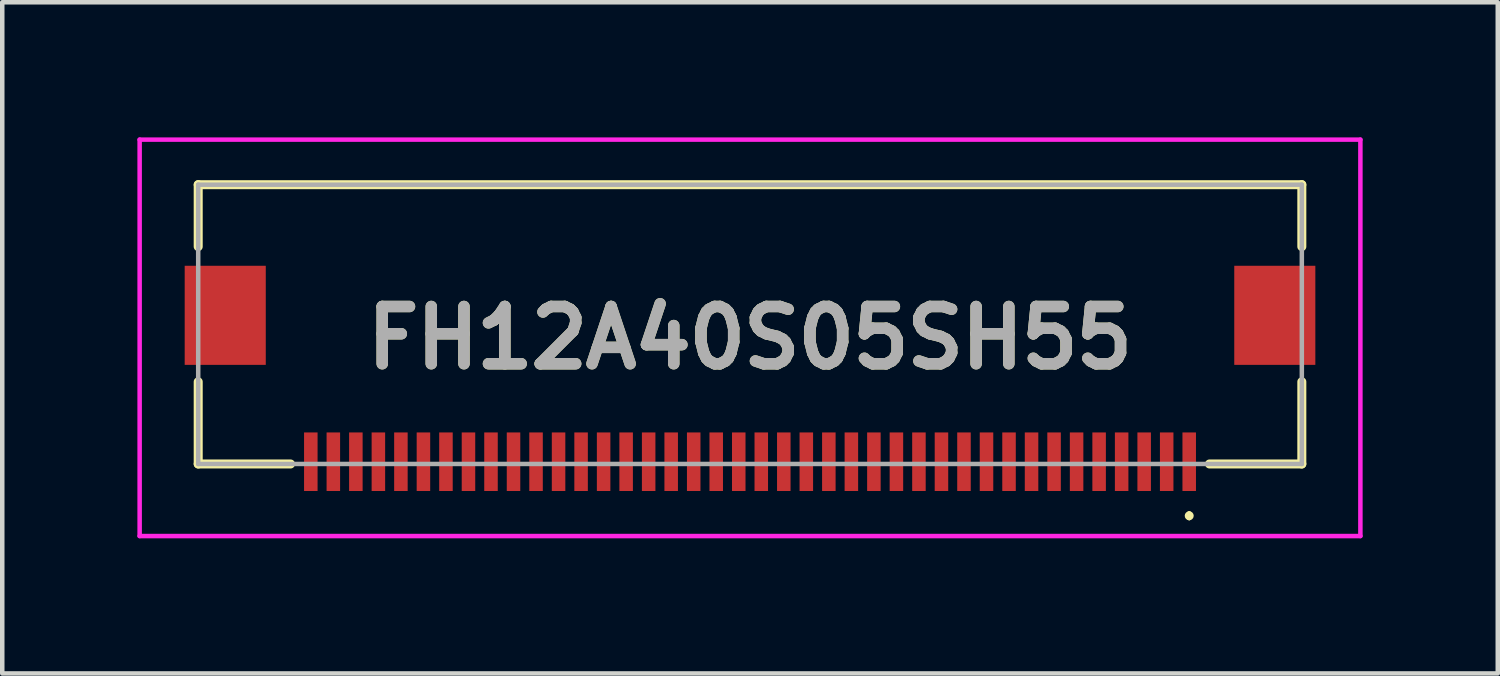
<source format=kicad_pcb>
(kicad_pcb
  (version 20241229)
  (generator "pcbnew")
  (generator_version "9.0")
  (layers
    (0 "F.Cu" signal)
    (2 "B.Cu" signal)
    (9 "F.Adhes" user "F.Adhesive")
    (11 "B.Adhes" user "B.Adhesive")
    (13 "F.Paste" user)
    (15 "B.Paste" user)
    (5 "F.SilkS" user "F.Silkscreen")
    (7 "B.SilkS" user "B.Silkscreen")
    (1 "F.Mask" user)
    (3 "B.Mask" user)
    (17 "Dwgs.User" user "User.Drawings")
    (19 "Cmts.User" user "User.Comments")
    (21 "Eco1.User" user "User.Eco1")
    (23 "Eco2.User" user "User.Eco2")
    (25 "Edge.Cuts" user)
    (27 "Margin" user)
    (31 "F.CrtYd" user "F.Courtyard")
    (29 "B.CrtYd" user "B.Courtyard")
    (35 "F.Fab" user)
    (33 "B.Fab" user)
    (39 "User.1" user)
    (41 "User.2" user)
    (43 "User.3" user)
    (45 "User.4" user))
  (footprint "FH12A40S05SH55"
    (layer "F.Cu")
    (at 13.6 4.15)
    (property "Reference" "FH12A40S05SH55" (at 0 0.3 0) (layer "F.SilkS") (effects (font (size 1.27 1.27) (thickness 0.254))))
    (attr smd)
    (fp_line (start -12.25 -3.1) (end -12.25 -1.725) (stroke (width 0.2) (type solid)) (layer "F.SilkS"))
    (fp_line (start -12.25 1.275) (end -12.25 3.1) (stroke (width 0.2) (type solid)) (layer "F.SilkS"))
    (fp_line (start -12.25 3.1) (end -10.2 3.1) (stroke (width 0.2) (type solid)) (layer "F.SilkS"))
    (fp_line (start 9.75 4.2) (end 9.75 4.2) (stroke (width 0.1) (type solid)) (layer "F.SilkS"))
    (fp_line (start 9.75 4.3) (end 9.75 4.3) (stroke (width 0.1) (type solid)) (layer "F.SilkS"))
    (fp_line (start 10.2 3.1) (end 12.25 3.1) (stroke (width 0.2) (type solid)) (layer "F.SilkS"))
    (fp_line (start 12.25 -3.1) (end -12.25 -3.1) (stroke (width 0.2) (type solid)) (layer "F.SilkS"))
    (fp_line (start 12.25 -1.725) (end 12.25 -3.1) (stroke (width 0.2) (type solid)) (layer "F.SilkS"))
    (fp_line (start 12.25 3.1) (end 12.25 1.275) (stroke (width 0.2) (type solid)) (layer "F.SilkS"))
    (fp_arc (start 9.75 4.2) (mid 9.8 4.25) (end 9.75 4.3) (stroke (width 0.1) (type solid)) (layer "F.SilkS"))
    (fp_arc (start 9.75 4.3) (mid 9.7 4.25) (end 9.75 4.2) (stroke (width 0.1) (type solid)) (layer "F.SilkS"))
    (fp_line (start -13.55 -4.1) (end 13.55 -4.1) (stroke (width 0.1) (type solid)) (layer "F.CrtYd"))
    (fp_line (start -13.55 4.7) (end -13.55 -4.1) (stroke (width 0.1) (type solid)) (layer "F.CrtYd"))
    (fp_line (start 13.55 -4.1) (end 13.55 4.7) (stroke (width 0.1) (type solid)) (layer "F.CrtYd"))
    (fp_line (start 13.55 4.7) (end -13.55 4.7) (stroke (width 0.1) (type solid)) (layer "F.CrtYd"))
    (fp_line (start -12.25 -3.1) (end 12.25 -3.1) (stroke (width 0.1) (type solid)) (layer "F.Fab"))
    (fp_line (start -12.25 3.1) (end -12.25 -3.1) (stroke (width 0.1) (type solid)) (layer "F.Fab"))
    (fp_line (start 12.25 -3.1) (end 12.25 3.1) (stroke (width 0.1) (type solid)) (layer "F.Fab"))
    (fp_line (start 12.25 3.1) (end -12.25 3.1) (stroke (width 0.1) (type solid)) (layer "F.Fab"))
    (fp_text user "${REFERENCE}" (at 0 0.3 0) (layer "F.Fab") (effects (font (size 1.27 1.27) (thickness 0.254))))
    (pad "1" smd rect (at 9.75 3.05) (size 0.3 1.3) (layers "F.Cu" "F.Mask" "F.Paste"))
    (pad "2" smd rect (at 9.25 3.05) (size 0.3 1.3) (layers "F.Cu" "F.Mask" "F.Paste"))
    (pad "3" smd rect (at 8.75 3.05) (size 0.3 1.3) (layers "F.Cu" "F.Mask" "F.Paste"))
    (pad "4" smd rect (at 8.25 3.05) (size 0.3 1.3) (layers "F.Cu" "F.Mask" "F.Paste"))
    (pad "5" smd rect (at 7.75 3.05) (size 0.3 1.3) (layers "F.Cu" "F.Mask" "F.Paste"))
    (pad "6" smd rect (at 7.25 3.05) (size 0.3 1.3) (layers "F.Cu" "F.Mask" "F.Paste"))
    (pad "7" smd rect (at 6.75 3.05) (size 0.3 1.3) (layers "F.Cu" "F.Mask" "F.Paste"))
    (pad "8" smd rect (at 6.25 3.05) (size 0.3 1.3) (layers "F.Cu" "F.Mask" "F.Paste"))
    (pad "9" smd rect (at 5.75 3.05) (size 0.3 1.3) (layers "F.Cu" "F.Mask" "F.Paste"))
    (pad "10" smd rect (at 5.25 3.05) (size 0.3 1.3) (layers "F.Cu" "F.Mask" "F.Paste"))
    (pad "11" smd rect (at 4.75 3.05) (size 0.3 1.3) (layers "F.Cu" "F.Mask" "F.Paste"))
    (pad "12" smd rect (at 4.25 3.05) (size 0.3 1.3) (layers "F.Cu" "F.Mask" "F.Paste"))
    (pad "13" smd rect (at 3.75 3.05) (size 0.3 1.3) (layers "F.Cu" "F.Mask" "F.Paste"))
    (pad "14" smd rect (at 3.25 3.05) (size 0.3 1.3) (layers "F.Cu" "F.Mask" "F.Paste"))
    (pad "15" smd rect (at 2.75 3.05) (size 0.3 1.3) (layers "F.Cu" "F.Mask" "F.Paste"))
    (pad "16" smd rect (at 2.25 3.05) (size 0.3 1.3) (layers "F.Cu" "F.Mask" "F.Paste"))
    (pad "17" smd rect (at 1.75 3.05) (size 0.3 1.3) (layers "F.Cu" "F.Mask" "F.Paste"))
    (pad "18" smd rect (at 1.25 3.05) (size 0.3 1.3) (layers "F.Cu" "F.Mask" "F.Paste"))
    (pad "19" smd rect (at 0.75 3.05) (size 0.3 1.3) (layers "F.Cu" "F.Mask" "F.Paste"))
    (pad "20" smd rect (at 0.25 3.05) (size 0.3 1.3) (layers "F.Cu" "F.Mask" "F.Paste"))
    (pad "21" smd rect (at -0.25 3.05) (size 0.3 1.3) (layers "F.Cu" "F.Mask" "F.Paste"))
    (pad "22" smd rect (at -0.75 3.05) (size 0.3 1.3) (layers "F.Cu" "F.Mask" "F.Paste"))
    (pad "23" smd rect (at -1.25 3.05) (size 0.3 1.3) (layers "F.Cu" "F.Mask" "F.Paste"))
    (pad "24" smd rect (at -1.75 3.05) (size 0.3 1.3) (layers "F.Cu" "F.Mask" "F.Paste"))
    (pad "25" smd rect (at -2.25 3.05) (size 0.3 1.3) (layers "F.Cu" "F.Mask" "F.Paste"))
    (pad "26" smd rect (at -2.75 3.05) (size 0.3 1.3) (layers "F.Cu" "F.Mask" "F.Paste"))
    (pad "27" smd rect (at -3.25 3.05) (size 0.3 1.3) (layers "F.Cu" "F.Mask" "F.Paste"))
    (pad "28" smd rect (at -3.75 3.05) (size 0.3 1.3) (layers "F.Cu" "F.Mask" "F.Paste"))
    (pad "29" smd rect (at -4.25 3.05) (size 0.3 1.3) (layers "F.Cu" "F.Mask" "F.Paste"))
    (pad "30" smd rect (at -4.75 3.05) (size 0.3 1.3) (layers "F.Cu" "F.Mask" "F.Paste"))
    (pad "31" smd rect (at -5.25 3.05) (size 0.3 1.3) (layers "F.Cu" "F.Mask" "F.Paste"))
    (pad "32" smd rect (at -5.75 3.05) (size 0.3 1.3) (layers "F.Cu" "F.Mask" "F.Paste"))
    (pad "33" smd rect (at -6.25 3.05) (size 0.3 1.3) (layers "F.Cu" "F.Mask" "F.Paste"))
    (pad "34" smd rect (at -6.75 3.05) (size 0.3 1.3) (layers "F.Cu" "F.Mask" "F.Paste"))
    (pad "35" smd rect (at -7.25 3.05) (size 0.3 1.3) (layers "F.Cu" "F.Mask" "F.Paste"))
    (pad "36" smd rect (at -7.75 3.05) (size 0.3 1.3) (layers "F.Cu" "F.Mask" "F.Paste"))
    (pad "37" smd rect (at -8.25 3.05) (size 0.3 1.3) (layers "F.Cu" "F.Mask" "F.Paste"))
    (pad "38" smd rect (at -8.75 3.05) (size 0.3 1.3) (layers "F.Cu" "F.Mask" "F.Paste"))
    (pad "39" smd rect (at -9.25 3.05) (size 0.3 1.3) (layers "F.Cu" "F.Mask" "F.Paste"))
    (pad "40" smd rect (at -9.75 3.05) (size 0.3 1.3) (layers "F.Cu" "F.Mask" "F.Paste"))
    (pad "41" smd rect (at 11.65 -0.2) (size 1.8 2.2) (layers "F.Cu" "F.Mask" "F.Paste"))
    (pad "42" smd rect (at -11.65 -0.2) (size 1.8 2.2) (layers "F.Cu" "F.Mask" "F.Paste")))
  (gr_rect
    (start -3 -3)
    (end 30.2 11.9)
    (stroke (width 0.1) (type default))
    (fill no)
    (layer "Edge.Cuts")))
</source>
